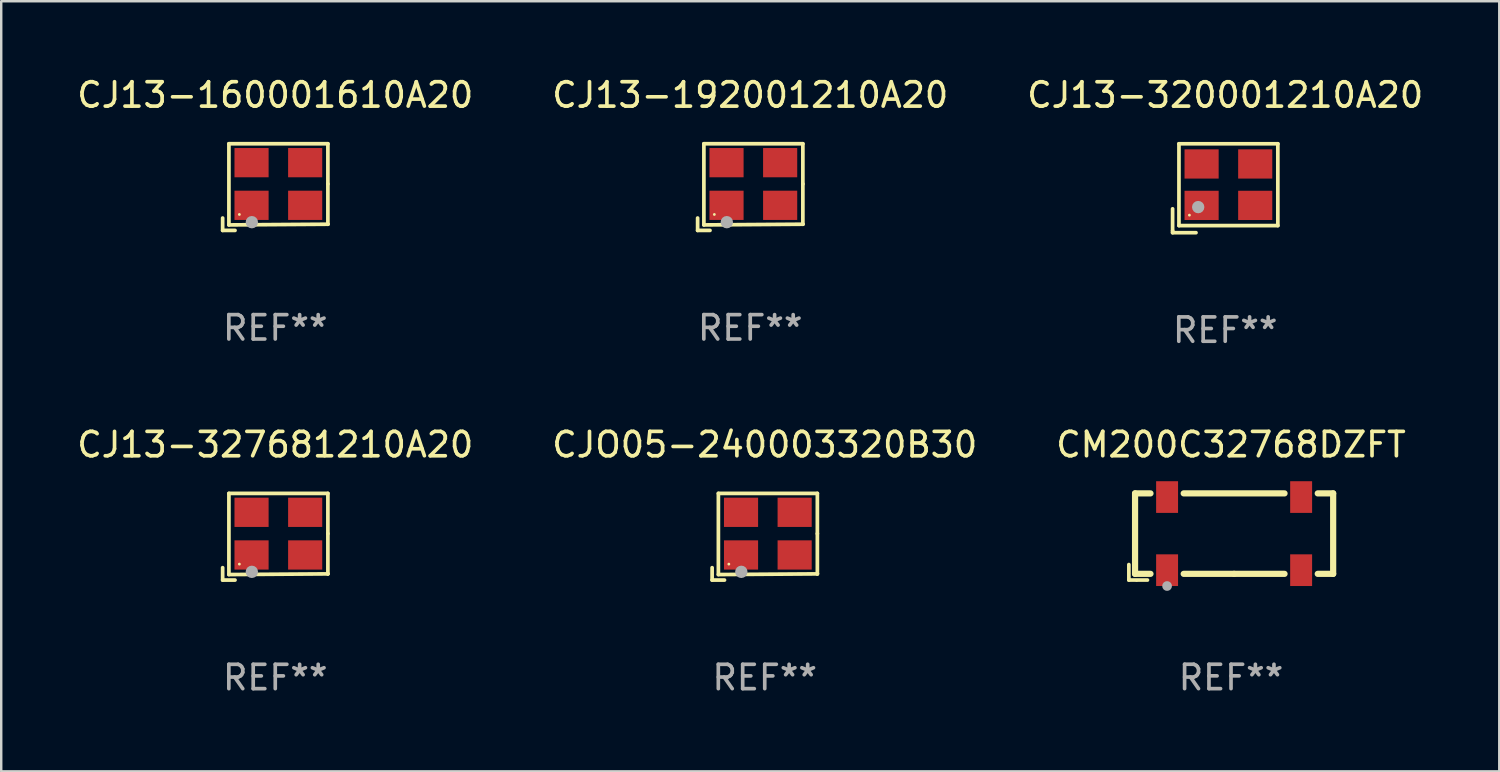
<source format=kicad_pcb>
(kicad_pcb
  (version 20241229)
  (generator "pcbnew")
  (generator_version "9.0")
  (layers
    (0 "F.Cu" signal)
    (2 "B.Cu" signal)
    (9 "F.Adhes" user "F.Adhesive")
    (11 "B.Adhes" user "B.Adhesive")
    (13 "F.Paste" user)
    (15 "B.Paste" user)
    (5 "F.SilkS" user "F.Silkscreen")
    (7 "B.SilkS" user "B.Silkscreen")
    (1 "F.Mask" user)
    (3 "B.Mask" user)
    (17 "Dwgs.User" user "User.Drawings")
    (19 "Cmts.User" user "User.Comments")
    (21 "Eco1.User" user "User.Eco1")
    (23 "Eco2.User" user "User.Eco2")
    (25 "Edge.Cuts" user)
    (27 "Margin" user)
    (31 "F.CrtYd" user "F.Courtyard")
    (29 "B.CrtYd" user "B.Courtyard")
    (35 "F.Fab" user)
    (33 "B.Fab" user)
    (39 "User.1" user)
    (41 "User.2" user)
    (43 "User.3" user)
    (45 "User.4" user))
  (footprint "CJ13-192001210A20"
    (layer "F.Cu")
    (at 27.732 4.626)
    (property "Reference" "CJ13-192001210A20" (at 0 -3.778 0) (layer "F.SilkS") (effects (font (size 1 1) (thickness 0.15))))
    (attr through_hole)
    (fp_line (start -2.159 1.27) (end -2.159 1.778) (stroke (width 0.152) (type solid)) (layer "F.SilkS"))
    (fp_line (start -2.159 1.778) (end -1.651 1.778) (stroke (width 0.152) (type solid)) (layer "F.SilkS"))
    (fp_line (start -1.902 -1.778) (end 2.159 -1.778) (stroke (width 0.152) (type solid)) (layer "F.SilkS"))
    (fp_line (start -1.902 1.552) (end -1.902 -1.778) (stroke (width 0.152) (type solid)) (layer "F.SilkS"))
    (fp_line (start 2.159 -1.778) (end 2.159 -0.127) (stroke (width 0.152) (type solid)) (layer "F.SilkS"))
    (fp_line (start 2.159 -0.127) (end 2.159 1.524) (stroke (width 0.152) (type solid)) (layer "F.SilkS"))
    (fp_line (start 2.159 1.524) (end -1.902 1.552) (stroke (width 0.152) (type solid)) (layer "F.SilkS"))
    (fp_line (start 2.159 1.524) (end 2.159 1.524) (stroke (width 0.152) (type solid)) (layer "F.SilkS"))
    (fp_circle (center -1.473 1.123) (end -1.443 1.123) (stroke (width 0.06) (type solid)) (fill no) (layer "F.SilkS"))
    (fp_circle (center -0.961 1.44) (end -0.834 1.44) (stroke (width 0.254) (type solid)) (fill no) (layer "F.Fab"))
    (fp_text user "REF**" (at 0 5.778 0) (layer "F.Fab") (effects (font (size 1 1) (thickness 0.15))))
    (pad "1" smd rect (at -0.973 0.748) (size 1.4 1.2) (layers "F.Cu" "F.Mask" "F.Paste"))
    (pad "2" smd rect (at 1.227 0.748) (size 1.4 1.2) (layers "F.Cu" "F.Mask" "F.Paste"))
    (pad "3" smd rect (at 1.227 -1.002) (size 1.4 1.2) (layers "F.Cu" "F.Mask" "F.Paste"))
    (pad "4" smd rect (at -0.973 -1.002) (size 1.4 1.2) (layers "F.Cu" "F.Mask" "F.Paste")))
  (footprint "CJ13-320001210A20"
    (layer "F.Cu")
    (at 47.22 4.673)
    (property "Reference" "CJ13-320001210A20" (at 0 -3.824 0) (layer "F.SilkS") (effects (font (size 1 1) (thickness 0.15))))
    (attr through_hole)
    (fp_line (start -2.159 1.744) (end -2.159 0.845) (stroke (width 0.152) (type solid)) (layer "F.SilkS"))
    (fp_line (start -2.159 1.744) (end -2.159 1.824) (stroke (width 0.152) (type solid)) (layer "F.SilkS"))
    (fp_line (start -2.159 1.824) (end -1.199 1.824) (stroke (width 0.152) (type solid)) (layer "F.SilkS"))
    (fp_line (start -1.898 -1.824) (end 2.159 -1.824) (stroke (width 0.152) (type solid)) (layer "F.SilkS"))
    (fp_line (start -1.898 1.533) (end -1.898 -1.824) (stroke (width 0.152) (type solid)) (layer "F.SilkS"))
    (fp_line (start 2.159 -1.824) (end 2.159 1.533) (stroke (width 0.152) (type solid)) (layer "F.SilkS"))
    (fp_line (start 2.159 1.533) (end -1.898 1.533) (stroke (width 0.152) (type solid)) (layer "F.SilkS"))
    (fp_circle (center -1.469 1.104) (end -1.439 1.104) (stroke (width 0.06) (type solid)) (fill no) (layer "F.SilkS"))
    (fp_circle (center -1.109 0.774) (end -0.982 0.774) (stroke (width 0.254) (type solid)) (fill no) (layer "F.Fab"))
    (fp_text user "REF**" (at 0 5.824 0) (layer "F.Fab") (effects (font (size 1 1) (thickness 0.15))))
    (pad "1" smd rect (at -0.969 0.704) (size 1.4 1.2) (layers "F.Cu" "F.Mask" "F.Paste"))
    (pad "2" smd rect (at 1.231 0.704) (size 1.4 1.2) (layers "F.Cu" "F.Mask" "F.Paste"))
    (pad "3" smd rect (at 1.231 -0.996) (size 1.4 1.2) (layers "F.Cu" "F.Mask" "F.Paste"))
    (pad "4" smd rect (at -0.969 -0.996) (size 1.4 1.2) (layers "F.Cu" "F.Mask" "F.Paste")))
  (footprint "CJ13-160001610A20"
    (layer "F.Cu")
    (at 8.244 4.626)
    (property "Reference" "CJ13-160001610A20" (at 0 -3.778 0) (layer "F.SilkS") (effects (font (size 1 1) (thickness 0.15))))
    (attr through_hole)
    (fp_line (start -2.159 1.27) (end -2.159 1.778) (stroke (width 0.152) (type solid)) (layer "F.SilkS"))
    (fp_line (start -2.159 1.778) (end -1.651 1.778) (stroke (width 0.152) (type solid)) (layer "F.SilkS"))
    (fp_line (start -1.902 -1.778) (end 2.159 -1.778) (stroke (width 0.152) (type solid)) (layer "F.SilkS"))
    (fp_line (start -1.902 1.552) (end -1.902 -1.778) (stroke (width 0.152) (type solid)) (layer "F.SilkS"))
    (fp_line (start 2.159 -1.778) (end 2.159 -0.127) (stroke (width 0.152) (type solid)) (layer "F.SilkS"))
    (fp_line (start 2.159 -0.127) (end 2.159 1.524) (stroke (width 0.152) (type solid)) (layer "F.SilkS"))
    (fp_line (start 2.159 1.524) (end -1.902 1.552) (stroke (width 0.152) (type solid)) (layer "F.SilkS"))
    (fp_line (start 2.159 1.524) (end 2.159 1.524) (stroke (width 0.152) (type solid)) (layer "F.SilkS"))
    (fp_circle (center -1.473 1.123) (end -1.443 1.123) (stroke (width 0.06) (type solid)) (fill no) (layer "F.SilkS"))
    (fp_circle (center -0.961 1.44) (end -0.834 1.44) (stroke (width 0.254) (type solid)) (fill no) (layer "F.Fab"))
    (fp_text user "REF**" (at 0 5.778 0) (layer "F.Fab") (effects (font (size 1 1) (thickness 0.15))))
    (pad "1" smd rect (at -0.973 0.748) (size 1.4 1.2) (layers "F.Cu" "F.Mask" "F.Paste"))
    (pad "2" smd rect (at 1.227 0.748) (size 1.4 1.2) (layers "F.Cu" "F.Mask" "F.Paste"))
    (pad "3" smd rect (at 1.227 -1.002) (size 1.4 1.2) (layers "F.Cu" "F.Mask" "F.Paste"))
    (pad "4" smd rect (at -0.973 -1.002) (size 1.4 1.2) (layers "F.Cu" "F.Mask" "F.Paste")))
  (footprint "CM200C32768DZFT"
    (layer "F.Cu")
    (at 47.458 18.971)
    (property "Reference" "CM200C32768DZFT" (at 0 -3.778 0) (layer "F.SilkS") (effects (font (size 1 1) (thickness 0.15))))
    (attr through_hole)
    (fp_line (start -4.191 1.143) (end -4.191 1.778) (stroke (width 0.152) (type solid)) (layer "F.SilkS"))
    (fp_line (start -4.191 1.778) (end -3.429 1.778) (stroke (width 0.152) (type solid)) (layer "F.SilkS"))
    (fp_line (start -3.937 -1.778) (end -3.304 -1.778) (stroke (width 0.254) (type solid)) (layer "F.SilkS"))
    (fp_line (start -3.937 1.524) (end -3.937 -1.778) (stroke (width 0.254) (type solid)) (layer "F.SilkS"))
    (fp_line (start -3.304 1.524) (end -3.937 1.524) (stroke (width 0.254) (type solid)) (layer "F.SilkS"))
    (fp_line (start -1.942 -1.778) (end 2.196 -1.778) (stroke (width 0.254) (type solid)) (layer "F.SilkS"))
    (fp_line (start 0.127 1.524) (end -1.942 1.524) (stroke (width 0.254) (type solid)) (layer "F.SilkS"))
    (fp_line (start 2.196 1.524) (end 0.127 1.524) (stroke (width 0.254) (type solid)) (layer "F.SilkS"))
    (fp_line (start 3.558 -1.778) (end 4.191 -1.778) (stroke (width 0.254) (type solid)) (layer "F.SilkS"))
    (fp_line (start 4.191 -1.778) (end 4.191 1.524) (stroke (width 0.254) (type solid)) (layer "F.SilkS"))
    (fp_line (start 4.191 1.524) (end 3.558 1.524) (stroke (width 0.254) (type solid)) (layer "F.SilkS"))
    (fp_circle (center -3.873 1.792) (end -3.843 1.792) (stroke (width 0.06) (type solid)) (fill no) (layer "F.SilkS"))
    (fp_circle (center -2.623 2.023) (end -2.523 2.023) (stroke (width 0.2) (type solid)) (fill no) (layer "F.Fab"))
    (fp_text user "REF**" (at 0 5.778 0) (layer "F.Fab") (effects (font (size 1 1) (thickness 0.15))))
    (pad "1" smd rect (at -2.623 1.373) (size 0.9 1.3) (layers "F.Cu" "F.Mask" "F.Paste"))
    (pad "2" smd rect (at 2.877 1.373) (size 0.9 1.3) (layers "F.Cu" "F.Mask" "F.Paste"))
    (pad "3" smd rect (at 2.877 -1.627) (size 0.9 1.3) (layers "F.Cu" "F.Mask" "F.Paste"))
    (pad "4" smd rect (at -2.623 -1.627) (size 0.9 1.3) (layers "F.Cu" "F.Mask" "F.Paste")))
  (footprint "CJO05-240003320B30"
    (layer "F.Cu")
    (at 28.327 18.972)
    (property "Reference" "CJO05-240003320B30" (at 0 -3.778 0) (layer "F.SilkS") (effects (font (size 1 1) (thickness 0.15))))
    (attr through_hole)
    (fp_line (start -2.159 1.27) (end -2.159 1.778) (stroke (width 0.152) (type solid)) (layer "F.SilkS"))
    (fp_line (start -2.159 1.778) (end -1.651 1.778) (stroke (width 0.152) (type solid)) (layer "F.SilkS"))
    (fp_line (start -1.902 -1.778) (end 2.159 -1.778) (stroke (width 0.152) (type solid)) (layer "F.SilkS"))
    (fp_line (start -1.902 1.552) (end -1.902 -1.778) (stroke (width 0.152) (type solid)) (layer "F.SilkS"))
    (fp_line (start 2.159 -1.778) (end 2.159 -0.127) (stroke (width 0.152) (type solid)) (layer "F.SilkS"))
    (fp_line (start 2.159 -0.127) (end 2.159 1.524) (stroke (width 0.152) (type solid)) (layer "F.SilkS"))
    (fp_line (start 2.159 1.524) (end -1.902 1.552) (stroke (width 0.152) (type solid)) (layer "F.SilkS"))
    (fp_line (start 2.159 1.524) (end 2.159 1.524) (stroke (width 0.152) (type solid)) (layer "F.SilkS"))
    (fp_circle (center -1.473 1.123) (end -1.443 1.123) (stroke (width 0.06) (type solid)) (fill no) (layer "F.SilkS"))
    (fp_circle (center -0.961 1.44) (end -0.834 1.44) (stroke (width 0.254) (type solid)) (fill no) (layer "F.Fab"))
    (fp_text user "REF**" (at 0 5.778 0) (layer "F.Fab") (effects (font (size 1 1) (thickness 0.15))))
    (pad "1" smd rect (at -0.973 0.748) (size 1.4 1.2) (layers "F.Cu" "F.Mask" "F.Paste"))
    (pad "2" smd rect (at 1.227 0.748) (size 1.4 1.2) (layers "F.Cu" "F.Mask" "F.Paste"))
    (pad "3" smd rect (at 1.227 -1.002) (size 1.4 1.2) (layers "F.Cu" "F.Mask" "F.Paste"))
    (pad "4" smd rect (at -0.973 -1.002) (size 1.4 1.2) (layers "F.Cu" "F.Mask" "F.Paste")))
  (footprint "CJ13-327681210A20"
    (layer "F.Cu")
    (at 8.244 18.972)
    (property "Reference" "CJ13-327681210A20" (at 0 -3.778 0) (layer "F.SilkS") (effects (font (size 1 1) (thickness 0.15))))
    (attr through_hole)
    (fp_line (start -2.159 1.27) (end -2.159 1.778) (stroke (width 0.152) (type solid)) (layer "F.SilkS"))
    (fp_line (start -2.159 1.778) (end -1.651 1.778) (stroke (width 0.152) (type solid)) (layer "F.SilkS"))
    (fp_line (start -1.902 -1.778) (end 2.159 -1.778) (stroke (width 0.152) (type solid)) (layer "F.SilkS"))
    (fp_line (start -1.902 1.552) (end -1.902 -1.778) (stroke (width 0.152) (type solid)) (layer "F.SilkS"))
    (fp_line (start 2.159 -1.778) (end 2.159 -0.127) (stroke (width 0.152) (type solid)) (layer "F.SilkS"))
    (fp_line (start 2.159 -0.127) (end 2.159 1.524) (stroke (width 0.152) (type solid)) (layer "F.SilkS"))
    (fp_line (start 2.159 1.524) (end -1.902 1.552) (stroke (width 0.152) (type solid)) (layer "F.SilkS"))
    (fp_line (start 2.159 1.524) (end 2.159 1.524) (stroke (width 0.152) (type solid)) (layer "F.SilkS"))
    (fp_circle (center -1.473 1.123) (end -1.443 1.123) (stroke (width 0.06) (type solid)) (fill no) (layer "F.SilkS"))
    (fp_circle (center -0.961 1.44) (end -0.834 1.44) (stroke (width 0.254) (type solid)) (fill no) (layer "F.Fab"))
    (fp_text user "REF**" (at 0 5.778 0) (layer "F.Fab") (effects (font (size 1 1) (thickness 0.15))))
    (pad "1" smd rect (at -0.973 0.748) (size 1.4 1.2) (layers "F.Cu" "F.Mask" "F.Paste"))
    (pad "2" smd rect (at 1.227 0.748) (size 1.4 1.2) (layers "F.Cu" "F.Mask" "F.Paste"))
    (pad "3" smd rect (at 1.227 -1.002) (size 1.4 1.2) (layers "F.Cu" "F.Mask" "F.Paste"))
    (pad "4" smd rect (at -0.973 -1.002) (size 1.4 1.2) (layers "F.Cu" "F.Mask" "F.Paste")))
  (gr_rect
    (start -3 -3)
    (end 58.464 28.598)
    (stroke (width 0.1) (type default))
    (fill no)
    (layer "Edge.Cuts")))
</source>
